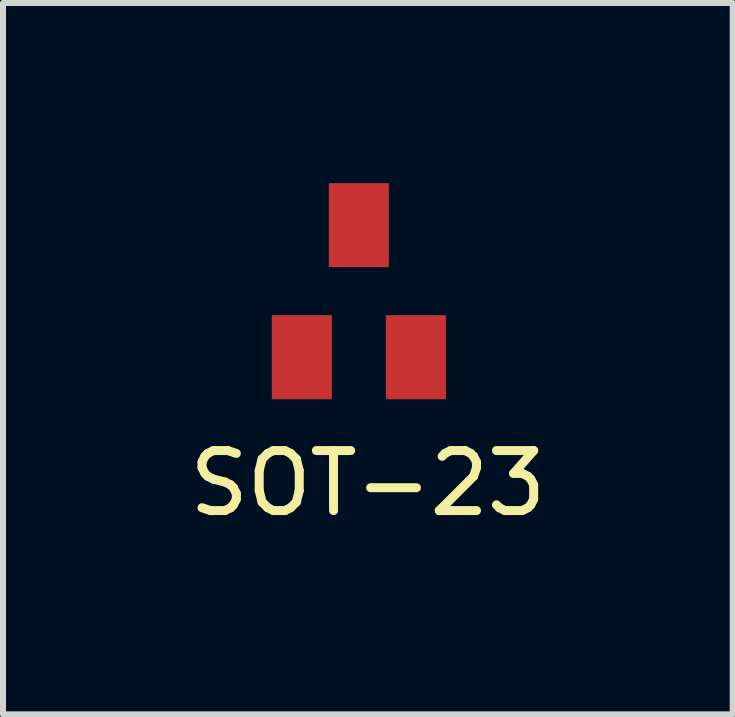
<source format=kicad_pcb>
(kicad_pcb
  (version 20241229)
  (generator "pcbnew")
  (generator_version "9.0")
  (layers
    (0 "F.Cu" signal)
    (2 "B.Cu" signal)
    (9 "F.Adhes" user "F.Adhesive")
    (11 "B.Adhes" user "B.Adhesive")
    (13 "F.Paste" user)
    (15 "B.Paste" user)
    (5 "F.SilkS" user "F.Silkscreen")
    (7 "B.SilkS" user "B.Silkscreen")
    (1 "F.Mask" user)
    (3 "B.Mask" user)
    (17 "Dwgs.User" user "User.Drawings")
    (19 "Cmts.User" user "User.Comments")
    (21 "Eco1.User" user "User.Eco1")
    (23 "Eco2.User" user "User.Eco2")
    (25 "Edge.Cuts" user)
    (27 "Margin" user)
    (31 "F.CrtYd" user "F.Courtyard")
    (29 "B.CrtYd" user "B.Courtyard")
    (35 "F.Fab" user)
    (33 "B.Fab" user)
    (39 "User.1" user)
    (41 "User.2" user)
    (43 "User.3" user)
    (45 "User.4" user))
  (footprint "SOT-23"
    (layer "F.Cu")
    (at 1.977 2.9)
    (property "Reference" "SOT-23" (at 1.1 2.1 0) (layer "F.SilkS") (effects (font (size 1 1) (thickness 0.15))))
    (attr through_hole)
    (pad "1" smd rect (at 0 0) (size 1 1.4) (layers "F.Cu" "F.Mask" "F.Paste"))
    (pad "2" smd rect (at 1.9 0) (size 1 1.4) (layers "F.Cu" "F.Mask" "F.Paste"))
    (pad "3" smd rect (at 0.95 -2.2) (size 1 1.4) (layers "F.Cu" "F.Mask" "F.Paste")))
  (gr_rect
    (start -3 -3)
    (end 9.155 8.848)
    (stroke (width 0.1) (type default))
    (fill no)
    (layer "Edge.Cuts")))
</source>
